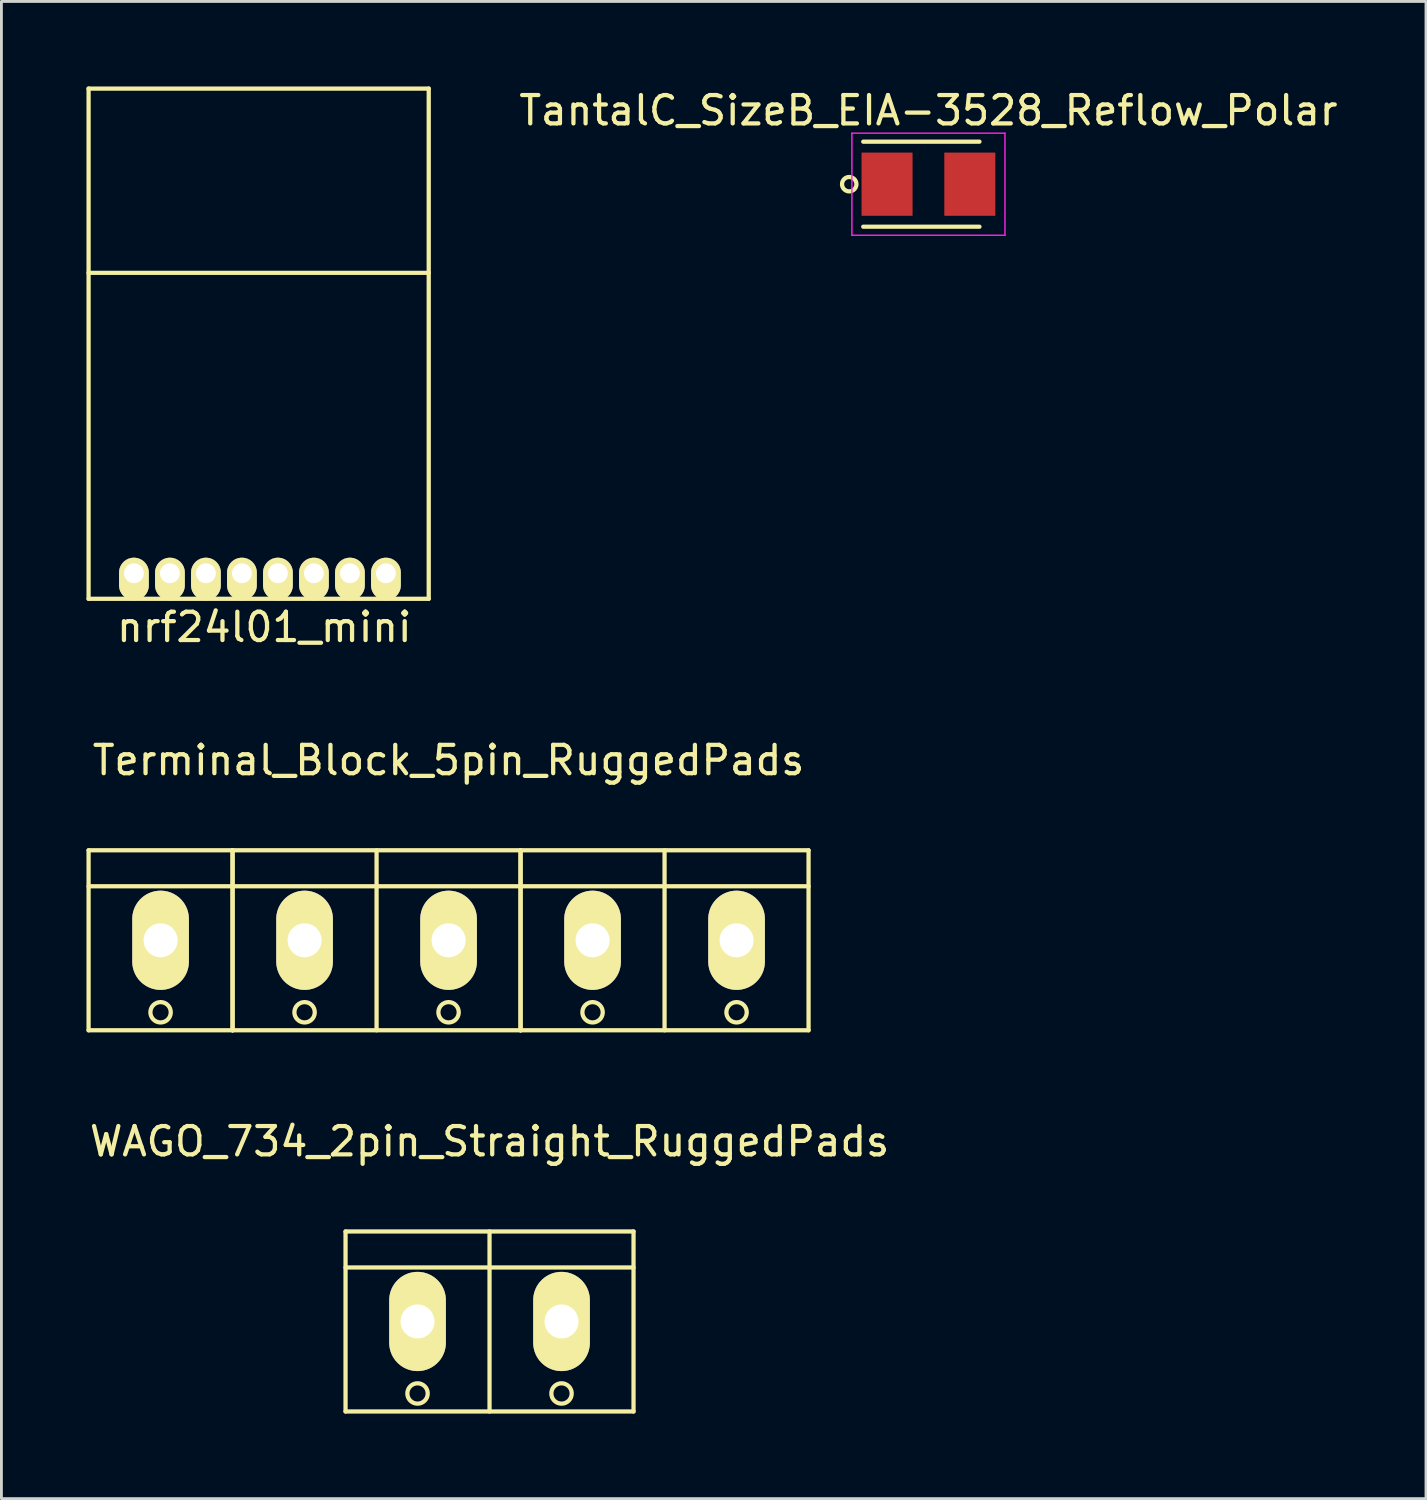
<source format=kicad_pcb>
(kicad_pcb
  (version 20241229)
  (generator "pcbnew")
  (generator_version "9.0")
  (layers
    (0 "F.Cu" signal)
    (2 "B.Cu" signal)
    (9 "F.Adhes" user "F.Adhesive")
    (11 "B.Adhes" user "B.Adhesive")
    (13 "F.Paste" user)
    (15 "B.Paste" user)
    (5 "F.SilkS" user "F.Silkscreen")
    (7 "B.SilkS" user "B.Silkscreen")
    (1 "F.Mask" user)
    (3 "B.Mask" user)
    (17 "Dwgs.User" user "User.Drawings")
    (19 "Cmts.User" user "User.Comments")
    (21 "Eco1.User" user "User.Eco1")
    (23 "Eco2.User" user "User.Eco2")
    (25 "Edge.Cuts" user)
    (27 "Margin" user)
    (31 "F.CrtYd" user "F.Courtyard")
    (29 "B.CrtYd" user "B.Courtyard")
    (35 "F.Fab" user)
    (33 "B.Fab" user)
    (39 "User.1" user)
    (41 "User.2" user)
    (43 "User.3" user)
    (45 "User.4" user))
  (footprint "Terminal_Block_5pin_RuggedPads"
    (layer "F.Cu")
    (at 12.775 30.122)
    (property "Reference" "Terminal_Block_5pin_RuggedPads" (at 0 -6.35 0) (layer "F.SilkS") (effects (font (size 1 1) (thickness 0.15))))
    (attr through_hole)
    (fp_line (start -12.7 -3.175) (end -12.7 3.175) (stroke (width 0.15) (type solid)) (layer "F.SilkS"))
    (fp_line (start -12.7 3.175) (end -7.62 3.175) (stroke (width 0.15) (type solid)) (layer "F.SilkS"))
    (fp_line (start -7.62 -3.175) (end -12.7 -3.175) (stroke (width 0.15) (type solid)) (layer "F.SilkS"))
    (fp_line (start -7.62 -3.175) (end -7.62 3.175) (stroke (width 0.15) (type solid)) (layer "F.SilkS"))
    (fp_line (start -7.62 -3.175) (end -7.62 3.175) (stroke (width 0.15) (type solid)) (layer "F.SilkS"))
    (fp_line (start -7.62 -1.905) (end -12.7 -1.905) (stroke (width 0.15) (type solid)) (layer "F.SilkS"))
    (fp_line (start -7.62 3.175) (end 2.54 3.175) (stroke (width 0.15) (type solid)) (layer "F.SilkS"))
    (fp_line (start -2.54 -3.175) (end -2.54 3.175) (stroke (width 0.15) (type solid)) (layer "F.SilkS"))
    (fp_line (start 2.54 -3.175) (end -7.62 -3.175) (stroke (width 0.15) (type solid)) (layer "F.SilkS"))
    (fp_line (start 2.54 -3.175) (end 2.54 3.175) (stroke (width 0.15) (type solid)) (layer "F.SilkS"))
    (fp_line (start 2.54 -3.175) (end 2.54 3.175) (stroke (width 0.15) (type solid)) (layer "F.SilkS"))
    (fp_line (start 2.54 -1.905) (end -7.62 -1.905) (stroke (width 0.15) (type solid)) (layer "F.SilkS"))
    (fp_line (start 2.54 3.175) (end 12.7 3.175) (stroke (width 0.15) (type solid)) (layer "F.SilkS"))
    (fp_line (start 7.62 -3.175) (end 7.62 3.175) (stroke (width 0.15) (type solid)) (layer "F.SilkS"))
    (fp_line (start 12.7 -3.175) (end 2.54 -3.175) (stroke (width 0.15) (type solid)) (layer "F.SilkS"))
    (fp_line (start 12.7 -3.175) (end 12.7 3.175) (stroke (width 0.15) (type solid)) (layer "F.SilkS"))
    (fp_line (start 12.7 -1.905) (end 2.54 -1.905) (stroke (width 0.15) (type solid)) (layer "F.SilkS"))
    (fp_circle (center -10.16 2.54) (end -9.906 2.286) (stroke (width 0.15) (type solid)) (fill no) (layer "F.SilkS"))
    (fp_circle (center -5.08 2.54) (end -4.826 2.286) (stroke (width 0.15) (type solid)) (fill no) (layer "F.SilkS"))
    (fp_circle (center 0 2.54) (end 0.254 2.286) (stroke (width 0.15) (type solid)) (fill no) (layer "F.SilkS"))
    (fp_circle (center 5.08 2.54) (end 5.334 2.286) (stroke (width 0.15) (type solid)) (fill no) (layer "F.SilkS"))
    (fp_circle (center 10.16 2.54) (end 10.414 2.286) (stroke (width 0.15) (type solid)) (fill no) (layer "F.SilkS"))
    (pad "1" thru_hole oval (at -10.16 0) (size 1.999 3.5) (drill 1.199) (layers "*.Cu" "*.Mask" "F.SilkS"))
    (pad "2" thru_hole oval (at -5.08 0) (size 1.999 3.5) (drill 1.199) (layers "*.Cu" "*.Mask" "F.SilkS"))
    (pad "3" thru_hole oval (at 0 0) (size 1.999 3.5) (drill 1.199) (layers "*.Cu" "*.Mask" "F.SilkS"))
    (pad "4" thru_hole oval (at 5.08 0) (size 1.999 3.5) (drill 1.199) (layers "*.Cu" "*.Mask" "F.SilkS"))
    (pad "5" thru_hole oval (at 10.16 0) (size 1.999 3.5) (drill 1.199) (layers "*.Cu" "*.Mask" "F.SilkS")))
  (footprint "WAGO_734_2pin_Straight_RuggedPads"
    (layer "F.Cu")
    (at 14.22 43.57)
    (property "Reference" "WAGO_734_2pin_Straight_RuggedPads" (at 0 -6.35 0) (layer "F.SilkS") (effects (font (size 1 1) (thickness 0.15))))
    (attr through_hole)
    (fp_line (start -5.08 -3.175) (end -5.08 3.175) (stroke (width 0.15) (type solid)) (layer "F.SilkS"))
    (fp_line (start -5.08 3.175) (end 5.08 3.175) (stroke (width 0.15) (type solid)) (layer "F.SilkS"))
    (fp_line (start 0 -3.175) (end 0 3.175) (stroke (width 0.15) (type solid)) (layer "F.SilkS"))
    (fp_line (start 5.08 -3.175) (end -5.08 -3.175) (stroke (width 0.15) (type solid)) (layer "F.SilkS"))
    (fp_line (start 5.08 -3.175) (end 5.08 3.175) (stroke (width 0.15) (type solid)) (layer "F.SilkS"))
    (fp_line (start 5.08 -1.905) (end -5.08 -1.905) (stroke (width 0.15) (type solid)) (layer "F.SilkS"))
    (fp_circle (center -2.54 2.54) (end -2.286 2.286) (stroke (width 0.15) (type solid)) (fill no) (layer "F.SilkS"))
    (fp_circle (center 2.54 2.54) (end 2.794 2.286) (stroke (width 0.15) (type solid)) (fill no) (layer "F.SilkS"))
    (pad "1" thru_hole oval (at -2.54 0) (size 1.999 3.5) (drill 1.199) (layers "*.Cu" "*.Mask" "F.SilkS"))
    (pad "2" thru_hole oval (at 2.54 0) (size 1.999 3.5) (drill 1.199) (layers "*.Cu" "*.Mask" "F.SilkS")))
  (footprint "TantalC_SizeB_EIA-3528_Reflow_Polar"
    (layer "F.Cu")
    (at 29.704 3.448)
    (property "Reference" "TantalC_SizeB_EIA-3528_Reflow_Polar" (at 0 -2.6 0) (layer "F.SilkS") (effects (font (size 1 1) (thickness 0.15))))
    (attr smd)
    (fp_line (start 1.8 -1.5) (end -2.3 -1.5) (stroke (width 0.15) (type solid)) (layer "F.SilkS"))
    (fp_line (start 1.8 1.5) (end -2.3 1.5) (stroke (width 0.15) (type solid)) (layer "F.SilkS"))
    (fp_circle (center -2.794 0) (end -3.048 0) (stroke (width 0.15) (type solid)) (fill no) (layer "F.SilkS"))
    (fp_line (start -2.7 -1.8) (end -2.7 1.8) (stroke (width 0.05) (type solid)) (layer "F.CrtYd"))
    (fp_line (start -2.7 1.8) (end 2.7 1.8) (stroke (width 0.05) (type solid)) (layer "F.CrtYd"))
    (fp_line (start 2.7 -1.8) (end -2.7 -1.8) (stroke (width 0.05) (type solid)) (layer "F.CrtYd"))
    (fp_line (start 2.7 1.8) (end 2.7 -1.8) (stroke (width 0.05) (type solid)) (layer "F.CrtYd"))
    (pad "1" smd rect (at -1.46 0) (size 1.8 2.23) (layers "F.Cu" "F.Mask" "F.Paste"))
    (pad "2" smd rect (at 1.46 0) (size 1.8 2.23) (layers "F.Cu" "F.Mask" "F.Paste")))
  (footprint "nrf24l01_mini"
    (layer "F.Cu")
    (at 1.675 17.175)
    (property "Reference" "nrf24l01_mini" (at 4.6 1.9 0) (layer "F.SilkS") (effects (font (size 1 1) (thickness 0.15))))
    (attr through_hole)
    (fp_line (start -1.6 -17.1) (end 10.4 -17.1) (stroke (width 0.15) (type solid)) (layer "F.SilkS"))
    (fp_line (start -1.6 -10.6) (end 10.4 -10.6) (stroke (width 0.15) (type solid)) (layer "F.SilkS"))
    (fp_line (start -1.6 0.9) (end -1.6 -17.1) (stroke (width 0.15) (type solid)) (layer "F.SilkS"))
    (fp_line (start 10.4 -17.1) (end 10.4 0.9) (stroke (width 0.15) (type solid)) (layer "F.SilkS"))
    (fp_line (start 10.4 0.9) (end -1.6 0.9) (stroke (width 0.15) (type solid)) (layer "F.SilkS"))
    (pad "1" thru_hole oval (at 0 0) (size 1.05 1.5) (drill 0.7 (offset 0 0.2)) (layers "*.Cu" "*.Mask" "F.SilkS"))
    (pad "2" thru_hole oval (at 1.27 0) (size 1.05 1.5) (drill 0.7 (offset 0 0.2)) (layers "*.Cu" "*.Mask" "F.SilkS"))
    (pad "3" thru_hole oval (at 2.54 0) (size 1.05 1.5) (drill 0.7 (offset 0 0.2)) (layers "*.Cu" "*.Mask" "F.SilkS"))
    (pad "4" thru_hole oval (at 3.81 0) (size 1.05 1.5) (drill 0.7 (offset 0 0.2)) (layers "*.Cu" "*.Mask" "F.SilkS"))
    (pad "5" thru_hole oval (at 5.08 0) (size 1.05 1.5) (drill 0.7 (offset 0 0.2)) (layers "*.Cu" "*.Mask" "F.SilkS"))
    (pad "6" thru_hole oval (at 6.35 0) (size 1.05 1.5) (drill 0.7 (offset 0 0.2)) (layers "*.Cu" "*.Mask" "F.SilkS"))
    (pad "7" thru_hole oval (at 7.62 0) (size 1.05 1.5) (drill 0.7 (offset 0 0.2)) (layers "*.Cu" "*.Mask" "F.SilkS"))
    (pad "8" thru_hole oval (at 8.89 0) (size 1.05 1.5) (drill 0.7 (offset 0 0.2)) (layers "*.Cu" "*.Mask" "F.SilkS")))
  (gr_rect
    (start -3 -3)
    (end 47.257 49.82)
    (stroke (width 0.1) (type default))
    (fill no)
    (layer "Edge.Cuts")))
</source>
